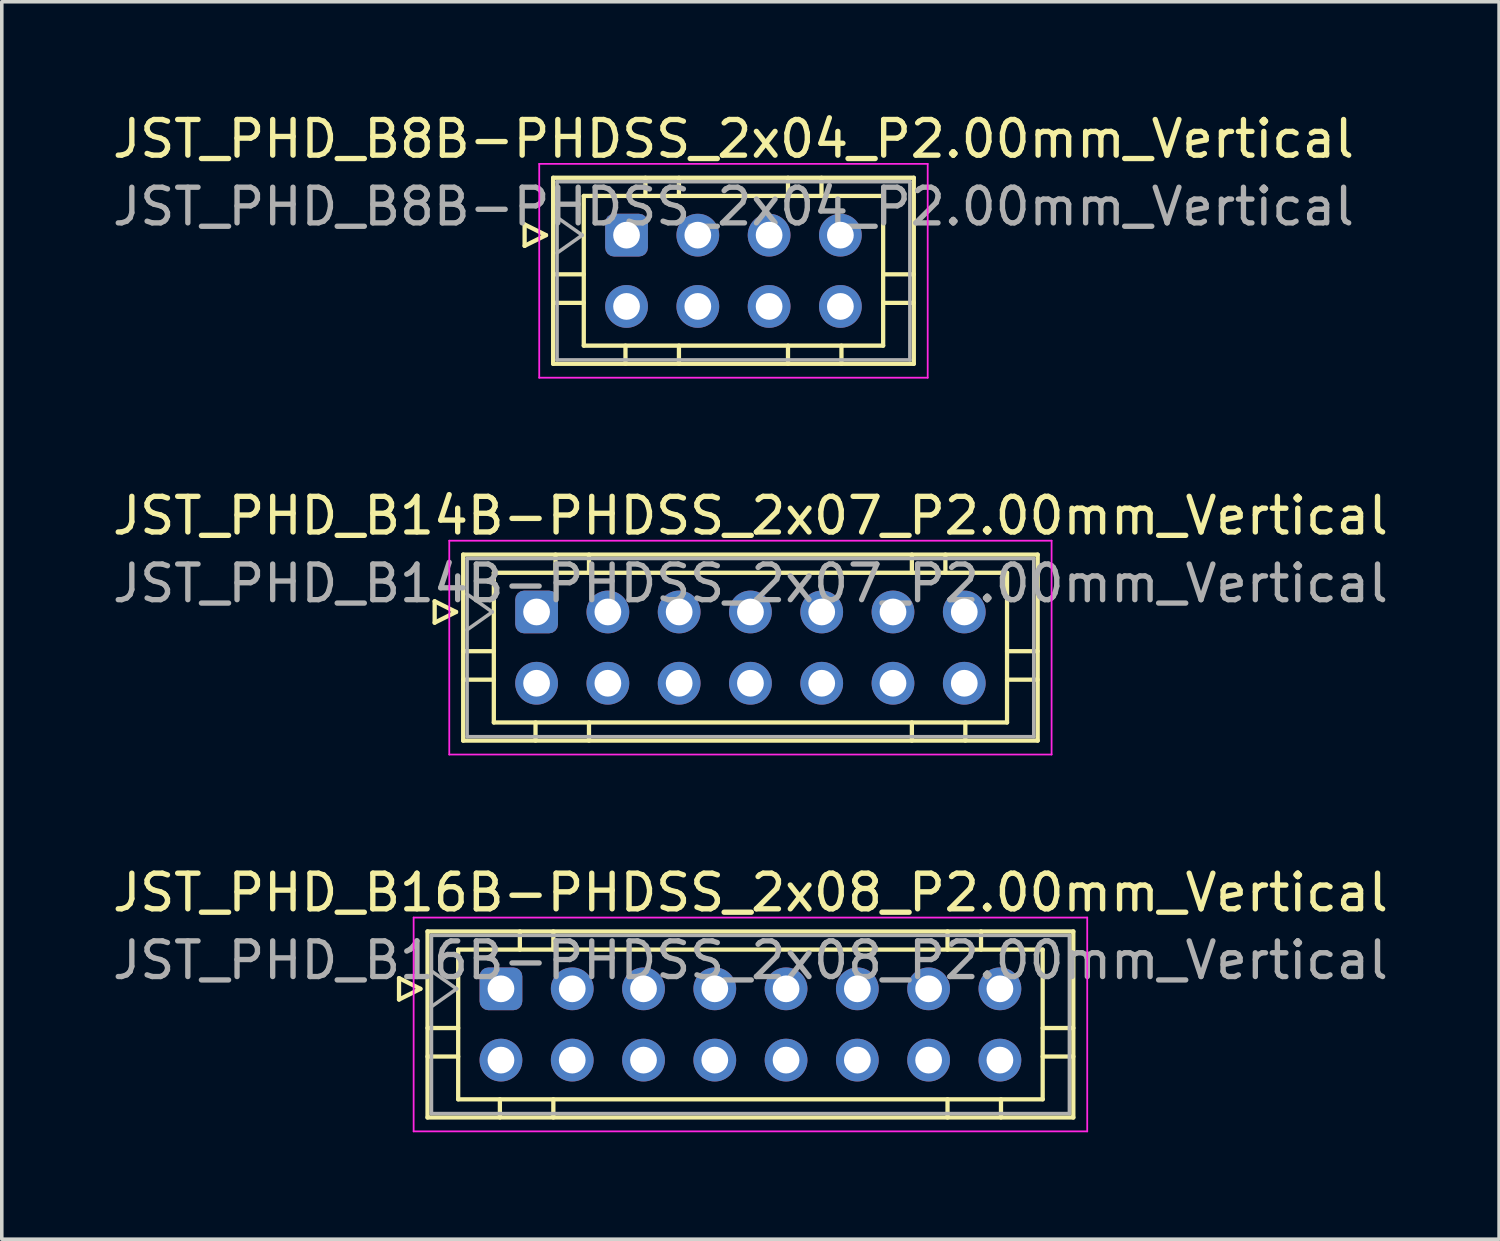
<source format=kicad_pcb>
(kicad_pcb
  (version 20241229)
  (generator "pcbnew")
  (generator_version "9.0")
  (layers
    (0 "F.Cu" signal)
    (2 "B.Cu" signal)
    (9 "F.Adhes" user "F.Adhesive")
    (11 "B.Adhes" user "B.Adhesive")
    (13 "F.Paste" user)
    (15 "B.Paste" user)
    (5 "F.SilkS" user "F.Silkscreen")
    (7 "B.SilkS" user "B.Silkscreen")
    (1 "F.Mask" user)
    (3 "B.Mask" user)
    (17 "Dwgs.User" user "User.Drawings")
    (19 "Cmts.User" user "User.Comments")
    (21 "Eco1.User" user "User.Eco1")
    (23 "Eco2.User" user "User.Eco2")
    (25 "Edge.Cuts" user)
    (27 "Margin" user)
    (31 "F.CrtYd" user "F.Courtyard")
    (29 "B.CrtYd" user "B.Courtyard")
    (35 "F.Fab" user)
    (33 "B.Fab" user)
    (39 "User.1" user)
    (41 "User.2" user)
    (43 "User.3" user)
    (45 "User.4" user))
  (footprint "JST_PHD_B14B-PHDSS_2x07_P2.00mm_Vertical"
    (layer "F.Cu")
    (at 12.006 14.121)
    (property "Reference" "JST_PHD_B14B-PHDSS_2x07_P2.00mm_Vertical" (at 6 -2.7 0) (layer "F.SilkS") (effects (font (size 1 1) (thickness 0.15))))
    (attr through_hole)
    (fp_line (start -2.86 -0.3) (end -2.26 0) (stroke (width 0.12) (type solid)) (layer "F.SilkS"))
    (fp_line (start -2.86 0.3) (end -2.86 -0.3) (stroke (width 0.12) (type solid)) (layer "F.SilkS"))
    (fp_line (start -2.26 0) (end -2.86 0.3) (stroke (width 0.12) (type solid)) (layer "F.SilkS"))
    (fp_line (start -2.06 -1.61) (end -2.06 3.61) (stroke (width 0.12) (type solid)) (layer "F.SilkS"))
    (fp_line (start -2.06 1.1) (end -1.2 1.1) (stroke (width 0.12) (type solid)) (layer "F.SilkS"))
    (fp_line (start -2.06 1.9) (end -1.2 1.9) (stroke (width 0.12) (type solid)) (layer "F.SilkS"))
    (fp_line (start -2.06 3.61) (end 14.06 3.61) (stroke (width 0.12) (type solid)) (layer "F.SilkS"))
    (fp_line (start -1.2 -1.1) (end -1.2 3.1) (stroke (width 0.12) (type solid)) (layer "F.SilkS"))
    (fp_line (start -1.2 3.1) (end 13.2 3.1) (stroke (width 0.12) (type solid)) (layer "F.SilkS"))
    (fp_line (start -0.03 3.61) (end -0.03 3.1) (stroke (width 0.12) (type solid)) (layer "F.SilkS"))
    (fp_line (start 0.53 -1.61) (end 0.53 -1.1) (stroke (width 0.12) (type solid)) (layer "F.SilkS"))
    (fp_line (start 1.47 -1.61) (end 1.47 -1.1) (stroke (width 0.12) (type solid)) (layer "F.SilkS"))
    (fp_line (start 1.47 3.61) (end 1.47 3.1) (stroke (width 0.12) (type solid)) (layer "F.SilkS"))
    (fp_line (start 10.53 -1.61) (end 10.53 -1.1) (stroke (width 0.12) (type solid)) (layer "F.SilkS"))
    (fp_line (start 10.53 3.61) (end 10.53 3.1) (stroke (width 0.12) (type solid)) (layer "F.SilkS"))
    (fp_line (start 11.47 -1.61) (end 11.47 -1.1) (stroke (width 0.12) (type solid)) (layer "F.SilkS"))
    (fp_line (start 12.03 3.61) (end 12.03 3.1) (stroke (width 0.12) (type solid)) (layer "F.SilkS"))
    (fp_line (start 13.2 -1.1) (end -1.2 -1.1) (stroke (width 0.12) (type solid)) (layer "F.SilkS"))
    (fp_line (start 13.2 3.1) (end 13.2 -1.1) (stroke (width 0.12) (type solid)) (layer "F.SilkS"))
    (fp_line (start 14.06 -1.61) (end -2.06 -1.61) (stroke (width 0.12) (type solid)) (layer "F.SilkS"))
    (fp_line (start 14.06 1.1) (end 13.2 1.1) (stroke (width 0.12) (type solid)) (layer "F.SilkS"))
    (fp_line (start 14.06 1.9) (end 13.2 1.9) (stroke (width 0.12) (type solid)) (layer "F.SilkS"))
    (fp_line (start 14.06 3.61) (end 14.06 -1.61) (stroke (width 0.12) (type solid)) (layer "F.SilkS"))
    (fp_line (start -2.45 -2) (end -2.45 4) (stroke (width 0.05) (type solid)) (layer "F.CrtYd"))
    (fp_line (start -2.45 4) (end 14.45 4) (stroke (width 0.05) (type solid)) (layer "F.CrtYd"))
    (fp_line (start 14.45 -2) (end -2.45 -2) (stroke (width 0.05) (type solid)) (layer "F.CrtYd"))
    (fp_line (start 14.45 4) (end 14.45 -2) (stroke (width 0.05) (type solid)) (layer "F.CrtYd"))
    (fp_line (start -1.95 -1.5) (end -1.95 3.5) (stroke (width 0.1) (type solid)) (layer "F.Fab"))
    (fp_line (start -1.95 0.5) (end -1.243 0) (stroke (width 0.1) (type solid)) (layer "F.Fab"))
    (fp_line (start -1.95 3.5) (end 13.95 3.5) (stroke (width 0.1) (type solid)) (layer "F.Fab"))
    (fp_line (start -1.243 0) (end -1.95 -0.5) (stroke (width 0.1) (type solid)) (layer "F.Fab"))
    (fp_line (start 13.95 -1.5) (end -1.95 -1.5) (stroke (width 0.1) (type solid)) (layer "F.Fab"))
    (fp_line (start 13.95 3.5) (end 13.95 -1.5) (stroke (width 0.1) (type solid)) (layer "F.Fab"))
    (fp_text user "${REFERENCE}" (at 6 -0.8 0) (layer "F.Fab") (effects (font (size 1 1) (thickness 0.15))))
    (pad "1" thru_hole roundrect (at 0 0) (size 1.2 1.2) (drill 0.75) (layers "*.Cu" "*.Mask") (roundrect_rratio 0.208))
    (pad "2" thru_hole circle (at 0 2) (size 1.2 1.2) (drill 0.75) (layers "*.Cu" "*.Mask"))
    (pad "3" thru_hole circle (at 2 0) (size 1.2 1.2) (drill 0.75) (layers "*.Cu" "*.Mask"))
    (pad "4" thru_hole circle (at 2 2) (size 1.2 1.2) (drill 0.75) (layers "*.Cu" "*.Mask"))
    (pad "5" thru_hole circle (at 4 0) (size 1.2 1.2) (drill 0.75) (layers "*.Cu" "*.Mask"))
    (pad "6" thru_hole circle (at 4 2) (size 1.2 1.2) (drill 0.75) (layers "*.Cu" "*.Mask"))
    (pad "7" thru_hole circle (at 6 0) (size 1.2 1.2) (drill 0.75) (layers "*.Cu" "*.Mask"))
    (pad "8" thru_hole circle (at 6 2) (size 1.2 1.2) (drill 0.75) (layers "*.Cu" "*.Mask"))
    (pad "9" thru_hole circle (at 8 0) (size 1.2 1.2) (drill 0.75) (layers "*.Cu" "*.Mask"))
    (pad "10" thru_hole circle (at 8 2) (size 1.2 1.2) (drill 0.75) (layers "*.Cu" "*.Mask"))
    (pad "11" thru_hole circle (at 10 0) (size 1.2 1.2) (drill 0.75) (layers "*.Cu" "*.Mask"))
    (pad "12" thru_hole circle (at 10 2) (size 1.2 1.2) (drill 0.75) (layers "*.Cu" "*.Mask"))
    (pad "13" thru_hole circle (at 12 0) (size 1.2 1.2) (drill 0.75) (layers "*.Cu" "*.Mask"))
    (pad "14" thru_hole circle (at 12 2) (size 1.2 1.2) (drill 0.75) (layers "*.Cu" "*.Mask")))
  (footprint "JST_PHD_B16B-PHDSS_2x08_P2.00mm_Vertical"
    (layer "F.Cu")
    (at 11.006 24.695)
    (property "Reference" "JST_PHD_B16B-PHDSS_2x08_P2.00mm_Vertical" (at 7 -2.7 0) (layer "F.SilkS") (effects (font (size 1 1) (thickness 0.15))))
    (attr through_hole)
    (fp_line (start -2.86 -0.3) (end -2.26 0) (stroke (width 0.12) (type solid)) (layer "F.SilkS"))
    (fp_line (start -2.86 0.3) (end -2.86 -0.3) (stroke (width 0.12) (type solid)) (layer "F.SilkS"))
    (fp_line (start -2.26 0) (end -2.86 0.3) (stroke (width 0.12) (type solid)) (layer "F.SilkS"))
    (fp_line (start -2.06 -1.61) (end -2.06 3.61) (stroke (width 0.12) (type solid)) (layer "F.SilkS"))
    (fp_line (start -2.06 1.1) (end -1.2 1.1) (stroke (width 0.12) (type solid)) (layer "F.SilkS"))
    (fp_line (start -2.06 1.9) (end -1.2 1.9) (stroke (width 0.12) (type solid)) (layer "F.SilkS"))
    (fp_line (start -2.06 3.61) (end 16.06 3.61) (stroke (width 0.12) (type solid)) (layer "F.SilkS"))
    (fp_line (start -1.2 -1.1) (end -1.2 3.1) (stroke (width 0.12) (type solid)) (layer "F.SilkS"))
    (fp_line (start -1.2 3.1) (end 15.2 3.1) (stroke (width 0.12) (type solid)) (layer "F.SilkS"))
    (fp_line (start -0.03 3.61) (end -0.03 3.1) (stroke (width 0.12) (type solid)) (layer "F.SilkS"))
    (fp_line (start 0.53 -1.61) (end 0.53 -1.1) (stroke (width 0.12) (type solid)) (layer "F.SilkS"))
    (fp_line (start 1.47 -1.61) (end 1.47 -1.1) (stroke (width 0.12) (type solid)) (layer "F.SilkS"))
    (fp_line (start 1.47 3.61) (end 1.47 3.1) (stroke (width 0.12) (type solid)) (layer "F.SilkS"))
    (fp_line (start 12.53 -1.61) (end 12.53 -1.1) (stroke (width 0.12) (type solid)) (layer "F.SilkS"))
    (fp_line (start 12.53 3.61) (end 12.53 3.1) (stroke (width 0.12) (type solid)) (layer "F.SilkS"))
    (fp_line (start 13.47 -1.61) (end 13.47 -1.1) (stroke (width 0.12) (type solid)) (layer "F.SilkS"))
    (fp_line (start 14.03 3.61) (end 14.03 3.1) (stroke (width 0.12) (type solid)) (layer "F.SilkS"))
    (fp_line (start 15.2 -1.1) (end -1.2 -1.1) (stroke (width 0.12) (type solid)) (layer "F.SilkS"))
    (fp_line (start 15.2 3.1) (end 15.2 -1.1) (stroke (width 0.12) (type solid)) (layer "F.SilkS"))
    (fp_line (start 16.06 -1.61) (end -2.06 -1.61) (stroke (width 0.12) (type solid)) (layer "F.SilkS"))
    (fp_line (start 16.06 1.1) (end 15.2 1.1) (stroke (width 0.12) (type solid)) (layer "F.SilkS"))
    (fp_line (start 16.06 1.9) (end 15.2 1.9) (stroke (width 0.12) (type solid)) (layer "F.SilkS"))
    (fp_line (start 16.06 3.61) (end 16.06 -1.61) (stroke (width 0.12) (type solid)) (layer "F.SilkS"))
    (fp_line (start -2.45 -2) (end -2.45 4) (stroke (width 0.05) (type solid)) (layer "F.CrtYd"))
    (fp_line (start -2.45 4) (end 16.45 4) (stroke (width 0.05) (type solid)) (layer "F.CrtYd"))
    (fp_line (start 16.45 -2) (end -2.45 -2) (stroke (width 0.05) (type solid)) (layer "F.CrtYd"))
    (fp_line (start 16.45 4) (end 16.45 -2) (stroke (width 0.05) (type solid)) (layer "F.CrtYd"))
    (fp_line (start -1.95 -1.5) (end -1.95 3.5) (stroke (width 0.1) (type solid)) (layer "F.Fab"))
    (fp_line (start -1.95 0.5) (end -1.243 0) (stroke (width 0.1) (type solid)) (layer "F.Fab"))
    (fp_line (start -1.95 3.5) (end 15.95 3.5) (stroke (width 0.1) (type solid)) (layer "F.Fab"))
    (fp_line (start -1.243 0) (end -1.95 -0.5) (stroke (width 0.1) (type solid)) (layer "F.Fab"))
    (fp_line (start 15.95 -1.5) (end -1.95 -1.5) (stroke (width 0.1) (type solid)) (layer "F.Fab"))
    (fp_line (start 15.95 3.5) (end 15.95 -1.5) (stroke (width 0.1) (type solid)) (layer "F.Fab"))
    (fp_text user "${REFERENCE}" (at 7 -0.8 0) (layer "F.Fab") (effects (font (size 1 1) (thickness 0.15))))
    (pad "1" thru_hole roundrect (at 0 0) (size 1.2 1.2) (drill 0.75) (layers "*.Cu" "*.Mask") (roundrect_rratio 0.208))
    (pad "2" thru_hole circle (at 0 2) (size 1.2 1.2) (drill 0.75) (layers "*.Cu" "*.Mask"))
    (pad "3" thru_hole circle (at 2 0) (size 1.2 1.2) (drill 0.75) (layers "*.Cu" "*.Mask"))
    (pad "4" thru_hole circle (at 2 2) (size 1.2 1.2) (drill 0.75) (layers "*.Cu" "*.Mask"))
    (pad "5" thru_hole circle (at 4 0) (size 1.2 1.2) (drill 0.75) (layers "*.Cu" "*.Mask"))
    (pad "6" thru_hole circle (at 4 2) (size 1.2 1.2) (drill 0.75) (layers "*.Cu" "*.Mask"))
    (pad "7" thru_hole circle (at 6 0) (size 1.2 1.2) (drill 0.75) (layers "*.Cu" "*.Mask"))
    (pad "8" thru_hole circle (at 6 2) (size 1.2 1.2) (drill 0.75) (layers "*.Cu" "*.Mask"))
    (pad "9" thru_hole circle (at 8 0) (size 1.2 1.2) (drill 0.75) (layers "*.Cu" "*.Mask"))
    (pad "10" thru_hole circle (at 8 2) (size 1.2 1.2) (drill 0.75) (layers "*.Cu" "*.Mask"))
    (pad "11" thru_hole circle (at 10 0) (size 1.2 1.2) (drill 0.75) (layers "*.Cu" "*.Mask"))
    (pad "12" thru_hole circle (at 10 2) (size 1.2 1.2) (drill 0.75) (layers "*.Cu" "*.Mask"))
    (pad "13" thru_hole circle (at 12 0) (size 1.2 1.2) (drill 0.75) (layers "*.Cu" "*.Mask"))
    (pad "14" thru_hole circle (at 12 2) (size 1.2 1.2) (drill 0.75) (layers "*.Cu" "*.Mask"))
    (pad "15" thru_hole circle (at 14 0) (size 1.2 1.2) (drill 0.75) (layers "*.Cu" "*.Mask"))
    (pad "16" thru_hole circle (at 14 2) (size 1.2 1.2) (drill 0.75) (layers "*.Cu" "*.Mask")))
  (footprint "JST_PHD_B8B-PHDSS_2x04_P2.00mm_Vertical"
    (layer "F.Cu")
    (at 14.53 3.548)
    (property "Reference" "JST_PHD_B8B-PHDSS_2x04_P2.00mm_Vertical" (at 3 -2.7 0) (layer "F.SilkS") (effects (font (size 1 1) (thickness 0.15))))
    (attr through_hole)
    (fp_line (start -2.86 -0.3) (end -2.26 0) (stroke (width 0.12) (type solid)) (layer "F.SilkS"))
    (fp_line (start -2.86 0.3) (end -2.86 -0.3) (stroke (width 0.12) (type solid)) (layer "F.SilkS"))
    (fp_line (start -2.26 0) (end -2.86 0.3) (stroke (width 0.12) (type solid)) (layer "F.SilkS"))
    (fp_line (start -2.06 -1.61) (end -2.06 3.61) (stroke (width 0.12) (type solid)) (layer "F.SilkS"))
    (fp_line (start -2.06 1.1) (end -1.2 1.1) (stroke (width 0.12) (type solid)) (layer "F.SilkS"))
    (fp_line (start -2.06 1.9) (end -1.2 1.9) (stroke (width 0.12) (type solid)) (layer "F.SilkS"))
    (fp_line (start -2.06 3.61) (end 8.06 3.61) (stroke (width 0.12) (type solid)) (layer "F.SilkS"))
    (fp_line (start -1.2 -1.1) (end -1.2 3.1) (stroke (width 0.12) (type solid)) (layer "F.SilkS"))
    (fp_line (start -1.2 3.1) (end 7.2 3.1) (stroke (width 0.12) (type solid)) (layer "F.SilkS"))
    (fp_line (start -0.03 3.61) (end -0.03 3.1) (stroke (width 0.12) (type solid)) (layer "F.SilkS"))
    (fp_line (start 0.53 -1.61) (end 0.53 -1.1) (stroke (width 0.12) (type solid)) (layer "F.SilkS"))
    (fp_line (start 1.47 -1.61) (end 1.47 -1.1) (stroke (width 0.12) (type solid)) (layer "F.SilkS"))
    (fp_line (start 1.47 3.61) (end 1.47 3.1) (stroke (width 0.12) (type solid)) (layer "F.SilkS"))
    (fp_line (start 4.53 -1.61) (end 4.53 -1.1) (stroke (width 0.12) (type solid)) (layer "F.SilkS"))
    (fp_line (start 4.53 3.61) (end 4.53 3.1) (stroke (width 0.12) (type solid)) (layer "F.SilkS"))
    (fp_line (start 5.47 -1.61) (end 5.47 -1.1) (stroke (width 0.12) (type solid)) (layer "F.SilkS"))
    (fp_line (start 6.03 3.61) (end 6.03 3.1) (stroke (width 0.12) (type solid)) (layer "F.SilkS"))
    (fp_line (start 7.2 -1.1) (end -1.2 -1.1) (stroke (width 0.12) (type solid)) (layer "F.SilkS"))
    (fp_line (start 7.2 3.1) (end 7.2 -1.1) (stroke (width 0.12) (type solid)) (layer "F.SilkS"))
    (fp_line (start 8.06 -1.61) (end -2.06 -1.61) (stroke (width 0.12) (type solid)) (layer "F.SilkS"))
    (fp_line (start 8.06 1.1) (end 7.2 1.1) (stroke (width 0.12) (type solid)) (layer "F.SilkS"))
    (fp_line (start 8.06 1.9) (end 7.2 1.9) (stroke (width 0.12) (type solid)) (layer "F.SilkS"))
    (fp_line (start 8.06 3.61) (end 8.06 -1.61) (stroke (width 0.12) (type solid)) (layer "F.SilkS"))
    (fp_line (start -2.45 -2) (end -2.45 4) (stroke (width 0.05) (type solid)) (layer "F.CrtYd"))
    (fp_line (start -2.45 4) (end 8.45 4) (stroke (width 0.05) (type solid)) (layer "F.CrtYd"))
    (fp_line (start 8.45 -2) (end -2.45 -2) (stroke (width 0.05) (type solid)) (layer "F.CrtYd"))
    (fp_line (start 8.45 4) (end 8.45 -2) (stroke (width 0.05) (type solid)) (layer "F.CrtYd"))
    (fp_line (start -1.95 -1.5) (end -1.95 3.5) (stroke (width 0.1) (type solid)) (layer "F.Fab"))
    (fp_line (start -1.95 0.5) (end -1.243 0) (stroke (width 0.1) (type solid)) (layer "F.Fab"))
    (fp_line (start -1.95 3.5) (end 7.95 3.5) (stroke (width 0.1) (type solid)) (layer "F.Fab"))
    (fp_line (start -1.243 0) (end -1.95 -0.5) (stroke (width 0.1) (type solid)) (layer "F.Fab"))
    (fp_line (start 7.95 -1.5) (end -1.95 -1.5) (stroke (width 0.1) (type solid)) (layer "F.Fab"))
    (fp_line (start 7.95 3.5) (end 7.95 -1.5) (stroke (width 0.1) (type solid)) (layer "F.Fab"))
    (fp_text user "${REFERENCE}" (at 3 -0.8 0) (layer "F.Fab") (effects (font (size 1 1) (thickness 0.15))))
    (pad "1" thru_hole roundrect (at 0 0) (size 1.2 1.2) (drill 0.75) (layers "*.Cu" "*.Mask") (roundrect_rratio 0.208))
    (pad "2" thru_hole circle (at 0 2) (size 1.2 1.2) (drill 0.75) (layers "*.Cu" "*.Mask"))
    (pad "3" thru_hole circle (at 2 0) (size 1.2 1.2) (drill 0.75) (layers "*.Cu" "*.Mask"))
    (pad "4" thru_hole circle (at 2 2) (size 1.2 1.2) (drill 0.75) (layers "*.Cu" "*.Mask"))
    (pad "5" thru_hole circle (at 4 0) (size 1.2 1.2) (drill 0.75) (layers "*.Cu" "*.Mask"))
    (pad "6" thru_hole circle (at 4 2) (size 1.2 1.2) (drill 0.75) (layers "*.Cu" "*.Mask"))
    (pad "7" thru_hole circle (at 6 0) (size 1.2 1.2) (drill 0.75) (layers "*.Cu" "*.Mask"))
    (pad "8" thru_hole circle (at 6 2) (size 1.2 1.2) (drill 0.75) (layers "*.Cu" "*.Mask")))
  (gr_rect
    (start -3 -3)
    (end 39.012 31.72)
    (stroke (width 0.1) (type default))
    (fill no)
    (layer "Edge.Cuts")))
</source>
